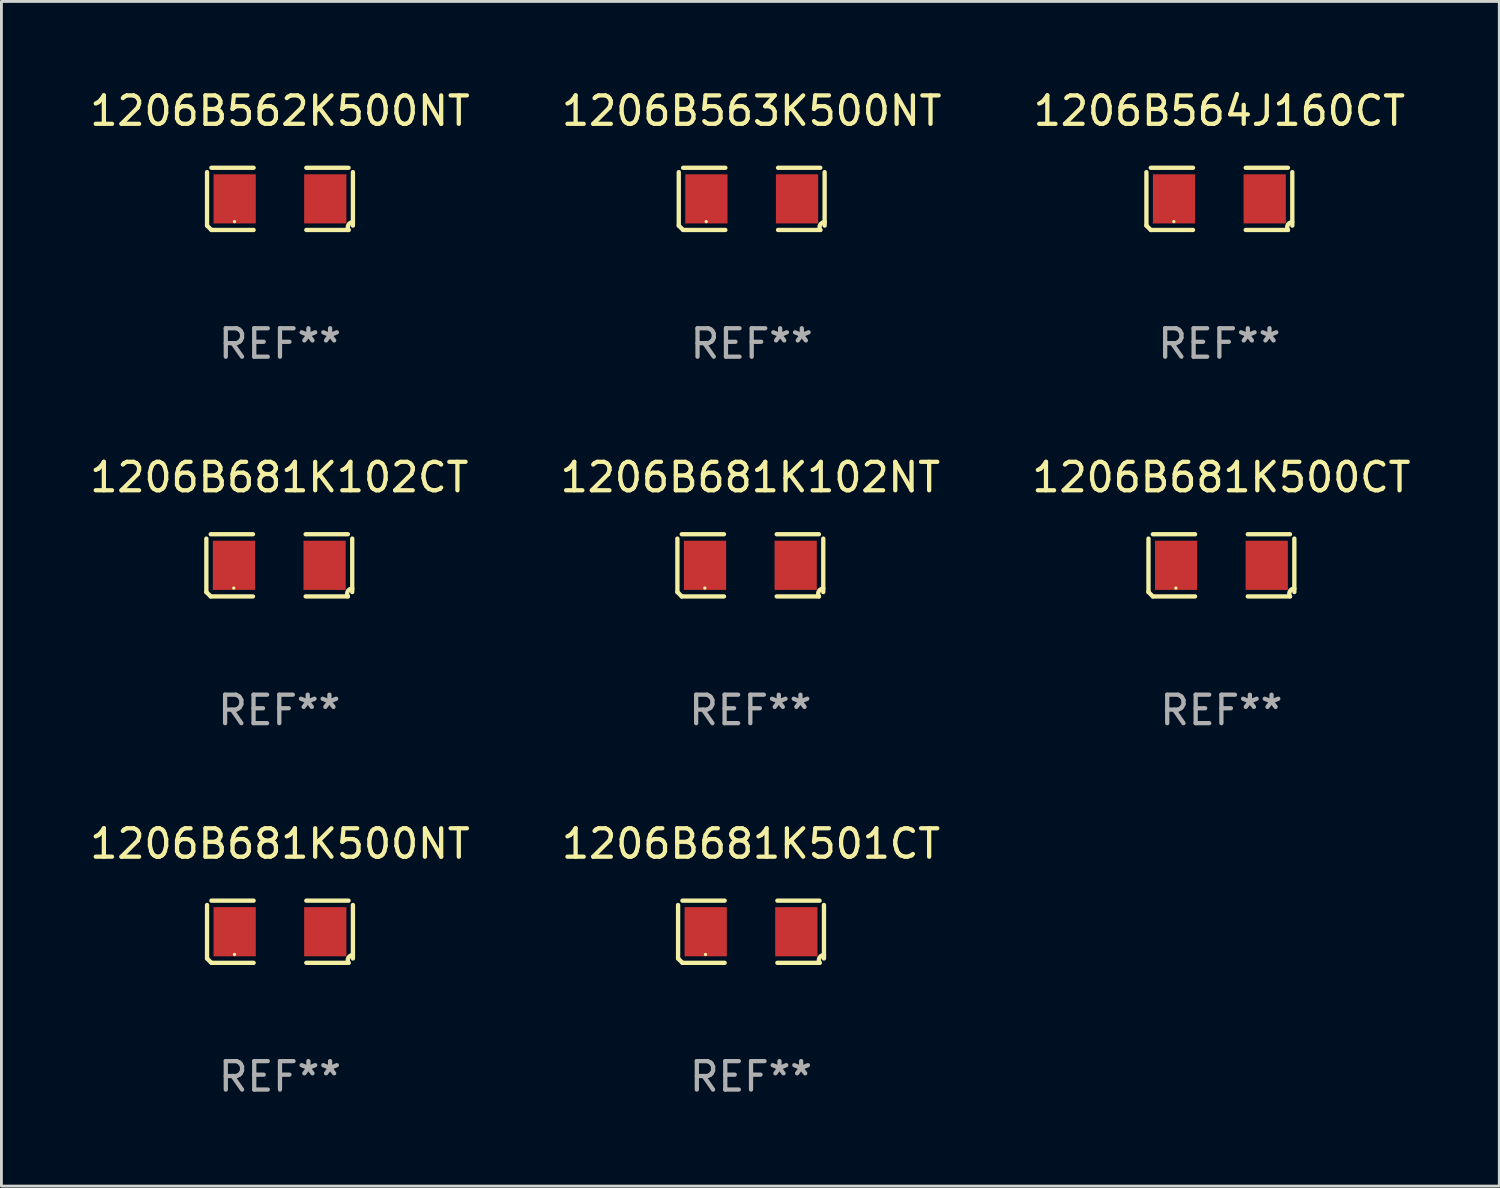
<source format=kicad_pcb>
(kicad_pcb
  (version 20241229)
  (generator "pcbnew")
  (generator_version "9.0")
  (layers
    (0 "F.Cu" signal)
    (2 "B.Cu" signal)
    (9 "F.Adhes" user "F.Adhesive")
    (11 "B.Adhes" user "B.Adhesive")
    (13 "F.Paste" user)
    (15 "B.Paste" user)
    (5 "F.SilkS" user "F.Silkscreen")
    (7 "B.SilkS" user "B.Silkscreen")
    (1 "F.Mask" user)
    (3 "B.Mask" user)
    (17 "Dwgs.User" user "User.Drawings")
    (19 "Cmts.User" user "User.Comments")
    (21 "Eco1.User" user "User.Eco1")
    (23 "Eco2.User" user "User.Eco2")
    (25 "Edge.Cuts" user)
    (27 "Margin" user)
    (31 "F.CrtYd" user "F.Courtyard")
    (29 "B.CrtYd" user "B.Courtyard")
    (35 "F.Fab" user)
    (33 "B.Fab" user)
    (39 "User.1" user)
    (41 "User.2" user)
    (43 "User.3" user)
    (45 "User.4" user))
  (footprint "1206B681K501CT"
    (layer "F.Cu")
    (at 23.351 29.704)
    (property "Reference" "1206B681K501CT" (at 0 -3.093 0) (layer "F.SilkS") (effects (font (size 1 1) (thickness 0.15))))
    (attr through_hole)
    (fp_line (start -2.564 0.94) (end -2.564 -0.94) (stroke (width 0.152) (type solid)) (layer "F.SilkS"))
    (fp_line (start -2.411 -1.093) (end -0.926 -1.093) (stroke (width 0.152) (type solid)) (layer "F.SilkS"))
    (fp_line (start -0.926 1.093) (end -2.411 1.093) (stroke (width 0.152) (type solid)) (layer "F.SilkS"))
    (fp_line (start 0.926 1.093) (end 2.411 1.093) (stroke (width 0.152) (type solid)) (layer "F.SilkS"))
    (fp_line (start 2.411 -1.093) (end 0.926 -1.093) (stroke (width 0.152) (type solid)) (layer "F.SilkS"))
    (fp_line (start 2.564 0.94) (end 2.564 -0.94) (stroke (width 0.152) (type solid)) (layer "F.SilkS"))
    (fp_arc (start -2.411201 1.092609) (mid -2.487413 1.01642) (end -2.563602 0.940208) (stroke (width 0.1524) (type solid)) (layer "F.SilkS"))
    (fp_arc (start 2.411201 1.092609) (mid 2.407159 0.911226) (end 2.563602 0.819347) (stroke (width 0.1524) (type solid)) (layer "F.SilkS"))
    (fp_circle (center -1.6 0.8) (end -1.57 0.8) (stroke (width 0.06) (type solid)) (fill no) (layer "F.SilkS"))
    (fp_text user "REF**" (at 0 5.093 0) (layer "F.Fab") (effects (font (size 1 1) (thickness 0.15))))
    (pad "1" smd rect (at -1.593 0) (size 1.485 1.728) (layers "F.Cu" "F.Mask" "F.Paste"))
    (pad "2" smd rect (at 1.593 0) (size 1.485 1.728) (layers "F.Cu" "F.Mask" "F.Paste")))
  (footprint "1206B563K500NT"
    (layer "F.Cu")
    (at 23.375 3.941)
    (property "Reference" "1206B563K500NT" (at 0 -3.093 0) (layer "F.SilkS") (effects (font (size 1 1) (thickness 0.15))))
    (attr through_hole)
    (fp_line (start -2.564 0.94) (end -2.564 -0.94) (stroke (width 0.152) (type solid)) (layer "F.SilkS"))
    (fp_line (start -2.411 -1.093) (end -0.926 -1.093) (stroke (width 0.152) (type solid)) (layer "F.SilkS"))
    (fp_line (start -0.926 1.093) (end -2.411 1.093) (stroke (width 0.152) (type solid)) (layer "F.SilkS"))
    (fp_line (start 0.926 1.093) (end 2.411 1.093) (stroke (width 0.152) (type solid)) (layer "F.SilkS"))
    (fp_line (start 2.411 -1.093) (end 0.926 -1.093) (stroke (width 0.152) (type solid)) (layer "F.SilkS"))
    (fp_line (start 2.564 0.94) (end 2.564 -0.94) (stroke (width 0.152) (type solid)) (layer "F.SilkS"))
    (fp_arc (start -2.411201 1.092609) (mid -2.487413 1.01642) (end -2.563602 0.940208) (stroke (width 0.1524) (type solid)) (layer "F.SilkS"))
    (fp_arc (start 2.411201 1.092609) (mid 2.407159 0.911226) (end 2.563602 0.819347) (stroke (width 0.1524) (type solid)) (layer "F.SilkS"))
    (fp_circle (center -1.6 0.8) (end -1.57 0.8) (stroke (width 0.06) (type solid)) (fill no) (layer "F.SilkS"))
    (fp_text user "REF**" (at 0 5.093 0) (layer "F.Fab") (effects (font (size 1 1) (thickness 0.15))))
    (pad "1" smd rect (at -1.593 0) (size 1.485 1.728) (layers "F.Cu" "F.Mask" "F.Paste"))
    (pad "2" smd rect (at 1.593 0) (size 1.485 1.728) (layers "F.Cu" "F.Mask" "F.Paste")))
  (footprint "1206B562K500NT"
    (layer "F.Cu")
    (at 6.792 3.941)
    (property "Reference" "1206B562K500NT" (at 0 -3.093 0) (layer "F.SilkS") (effects (font (size 1 1) (thickness 0.15))))
    (attr through_hole)
    (fp_line (start -2.564 0.94) (end -2.564 -0.94) (stroke (width 0.152) (type solid)) (layer "F.SilkS"))
    (fp_line (start -2.411 -1.093) (end -0.926 -1.093) (stroke (width 0.152) (type solid)) (layer "F.SilkS"))
    (fp_line (start -0.926 1.093) (end -2.411 1.093) (stroke (width 0.152) (type solid)) (layer "F.SilkS"))
    (fp_line (start 0.926 1.093) (end 2.411 1.093) (stroke (width 0.152) (type solid)) (layer "F.SilkS"))
    (fp_line (start 2.411 -1.093) (end 0.926 -1.093) (stroke (width 0.152) (type solid)) (layer "F.SilkS"))
    (fp_line (start 2.564 0.94) (end 2.564 -0.94) (stroke (width 0.152) (type solid)) (layer "F.SilkS"))
    (fp_arc (start -2.411201 1.092609) (mid -2.487413 1.01642) (end -2.563602 0.940208) (stroke (width 0.1524) (type solid)) (layer "F.SilkS"))
    (fp_arc (start 2.411201 1.092609) (mid 2.407159 0.911226) (end 2.563602 0.819347) (stroke (width 0.1524) (type solid)) (layer "F.SilkS"))
    (fp_circle (center -1.6 0.8) (end -1.57 0.8) (stroke (width 0.06) (type solid)) (fill no) (layer "F.SilkS"))
    (fp_text user "REF**" (at 0 5.093 0) (layer "F.Fab") (effects (font (size 1 1) (thickness 0.15))))
    (pad "1" smd rect (at -1.593 0) (size 1.485 1.728) (layers "F.Cu" "F.Mask" "F.Paste"))
    (pad "2" smd rect (at 1.593 0) (size 1.485 1.728) (layers "F.Cu" "F.Mask" "F.Paste")))
  (footprint "1206B681K500CT"
    (layer "F.Cu")
    (at 39.887 16.823)
    (property "Reference" "1206B681K500CT" (at 0 -3.093 0) (layer "F.SilkS") (effects (font (size 1 1) (thickness 0.15))))
    (attr through_hole)
    (fp_line (start -2.564 0.94) (end -2.564 -0.94) (stroke (width 0.152) (type solid)) (layer "F.SilkS"))
    (fp_line (start -2.411 -1.093) (end -0.926 -1.093) (stroke (width 0.152) (type solid)) (layer "F.SilkS"))
    (fp_line (start -0.926 1.093) (end -2.411 1.093) (stroke (width 0.152) (type solid)) (layer "F.SilkS"))
    (fp_line (start 0.926 1.093) (end 2.411 1.093) (stroke (width 0.152) (type solid)) (layer "F.SilkS"))
    (fp_line (start 2.411 -1.093) (end 0.926 -1.093) (stroke (width 0.152) (type solid)) (layer "F.SilkS"))
    (fp_line (start 2.564 0.94) (end 2.564 -0.94) (stroke (width 0.152) (type solid)) (layer "F.SilkS"))
    (fp_arc (start -2.411201 1.092609) (mid -2.487413 1.01642) (end -2.563602 0.940208) (stroke (width 0.1524) (type solid)) (layer "F.SilkS"))
    (fp_arc (start 2.411201 1.092609) (mid 2.407159 0.911226) (end 2.563602 0.819347) (stroke (width 0.1524) (type solid)) (layer "F.SilkS"))
    (fp_circle (center -1.6 0.8) (end -1.57 0.8) (stroke (width 0.06) (type solid)) (fill no) (layer "F.SilkS"))
    (fp_text user "REF**" (at 0 5.093 0) (layer "F.Fab") (effects (font (size 1 1) (thickness 0.15))))
    (pad "1" smd rect (at -1.593 0) (size 1.485 1.728) (layers "F.Cu" "F.Mask" "F.Paste"))
    (pad "2" smd rect (at 1.593 0) (size 1.485 1.728) (layers "F.Cu" "F.Mask" "F.Paste")))
  (footprint "1206B564J160CT"
    (layer "F.Cu")
    (at 39.815 3.941)
    (property "Reference" "1206B564J160CT" (at 0 -3.093 0) (layer "F.SilkS") (effects (font (size 1 1) (thickness 0.15))))
    (attr through_hole)
    (fp_line (start -2.564 0.94) (end -2.564 -0.94) (stroke (width 0.152) (type solid)) (layer "F.SilkS"))
    (fp_line (start -2.411 -1.093) (end -0.926 -1.093) (stroke (width 0.152) (type solid)) (layer "F.SilkS"))
    (fp_line (start -0.926 1.093) (end -2.411 1.093) (stroke (width 0.152) (type solid)) (layer "F.SilkS"))
    (fp_line (start 0.926 1.093) (end 2.411 1.093) (stroke (width 0.152) (type solid)) (layer "F.SilkS"))
    (fp_line (start 2.411 -1.093) (end 0.926 -1.093) (stroke (width 0.152) (type solid)) (layer "F.SilkS"))
    (fp_line (start 2.564 0.94) (end 2.564 -0.94) (stroke (width 0.152) (type solid)) (layer "F.SilkS"))
    (fp_arc (start -2.411201 1.092609) (mid -2.487413 1.01642) (end -2.563602 0.940208) (stroke (width 0.1524) (type solid)) (layer "F.SilkS"))
    (fp_arc (start 2.411201 1.092609) (mid 2.407159 0.911226) (end 2.563602 0.819347) (stroke (width 0.1524) (type solid)) (layer "F.SilkS"))
    (fp_circle (center -1.6 0.8) (end -1.57 0.8) (stroke (width 0.06) (type solid)) (fill no) (layer "F.SilkS"))
    (fp_text user "REF**" (at 0 5.093 0) (layer "F.Fab") (effects (font (size 1 1) (thickness 0.15))))
    (pad "1" smd rect (at -1.593 0) (size 1.485 1.728) (layers "F.Cu" "F.Mask" "F.Paste"))
    (pad "2" smd rect (at 1.593 0) (size 1.485 1.728) (layers "F.Cu" "F.Mask" "F.Paste")))
  (footprint "1206B681K102NT"
    (layer "F.Cu")
    (at 23.327 16.823)
    (property "Reference" "1206B681K102NT" (at 0 -3.093 0) (layer "F.SilkS") (effects (font (size 1 1) (thickness 0.15))))
    (attr through_hole)
    (fp_line (start -2.564 0.94) (end -2.564 -0.94) (stroke (width 0.152) (type solid)) (layer "F.SilkS"))
    (fp_line (start -2.411 -1.093) (end -0.926 -1.093) (stroke (width 0.152) (type solid)) (layer "F.SilkS"))
    (fp_line (start -0.926 1.093) (end -2.411 1.093) (stroke (width 0.152) (type solid)) (layer "F.SilkS"))
    (fp_line (start 0.926 1.093) (end 2.411 1.093) (stroke (width 0.152) (type solid)) (layer "F.SilkS"))
    (fp_line (start 2.411 -1.093) (end 0.926 -1.093) (stroke (width 0.152) (type solid)) (layer "F.SilkS"))
    (fp_line (start 2.564 0.94) (end 2.564 -0.94) (stroke (width 0.152) (type solid)) (layer "F.SilkS"))
    (fp_arc (start -2.411201 1.092609) (mid -2.487413 1.01642) (end -2.563602 0.940208) (stroke (width 0.1524) (type solid)) (layer "F.SilkS"))
    (fp_arc (start 2.411201 1.092609) (mid 2.407159 0.911226) (end 2.563602 0.819347) (stroke (width 0.1524) (type solid)) (layer "F.SilkS"))
    (fp_circle (center -1.6 0.8) (end -1.57 0.8) (stroke (width 0.06) (type solid)) (fill no) (layer "F.SilkS"))
    (fp_text user "REF**" (at 0 5.093 0) (layer "F.Fab") (effects (font (size 1 1) (thickness 0.15))))
    (pad "1" smd rect (at -1.593 0) (size 1.485 1.728) (layers "F.Cu" "F.Mask" "F.Paste"))
    (pad "2" smd rect (at 1.593 0) (size 1.485 1.728) (layers "F.Cu" "F.Mask" "F.Paste")))
  (footprint "1206B681K102CT"
    (layer "F.Cu")
    (at 6.768 16.823)
    (property "Reference" "1206B681K102CT" (at 0 -3.093 0) (layer "F.SilkS") (effects (font (size 1 1) (thickness 0.15))))
    (attr through_hole)
    (fp_line (start -2.564 0.94) (end -2.564 -0.94) (stroke (width 0.152) (type solid)) (layer "F.SilkS"))
    (fp_line (start -2.411 -1.093) (end -0.926 -1.093) (stroke (width 0.152) (type solid)) (layer "F.SilkS"))
    (fp_line (start -0.926 1.093) (end -2.411 1.093) (stroke (width 0.152) (type solid)) (layer "F.SilkS"))
    (fp_line (start 0.926 1.093) (end 2.411 1.093) (stroke (width 0.152) (type solid)) (layer "F.SilkS"))
    (fp_line (start 2.411 -1.093) (end 0.926 -1.093) (stroke (width 0.152) (type solid)) (layer "F.SilkS"))
    (fp_line (start 2.564 0.94) (end 2.564 -0.94) (stroke (width 0.152) (type solid)) (layer "F.SilkS"))
    (fp_arc (start -2.411201 1.092609) (mid -2.487413 1.01642) (end -2.563602 0.940208) (stroke (width 0.1524) (type solid)) (layer "F.SilkS"))
    (fp_arc (start 2.411201 1.092609) (mid 2.407159 0.911226) (end 2.563602 0.819347) (stroke (width 0.1524) (type solid)) (layer "F.SilkS"))
    (fp_circle (center -1.6 0.8) (end -1.57 0.8) (stroke (width 0.06) (type solid)) (fill no) (layer "F.SilkS"))
    (fp_text user "REF**" (at 0 5.093 0) (layer "F.Fab") (effects (font (size 1 1) (thickness 0.15))))
    (pad "1" smd rect (at -1.593 0) (size 1.485 1.728) (layers "F.Cu" "F.Mask" "F.Paste"))
    (pad "2" smd rect (at 1.593 0) (size 1.485 1.728) (layers "F.Cu" "F.Mask" "F.Paste")))
  (footprint "1206B681K500NT"
    (layer "F.Cu")
    (at 6.792 29.704)
    (property "Reference" "1206B681K500NT" (at 0 -3.093 0) (layer "F.SilkS") (effects (font (size 1 1) (thickness 0.15))))
    (attr through_hole)
    (fp_line (start -2.564 0.94) (end -2.564 -0.94) (stroke (width 0.152) (type solid)) (layer "F.SilkS"))
    (fp_line (start -2.411 -1.093) (end -0.926 -1.093) (stroke (width 0.152) (type solid)) (layer "F.SilkS"))
    (fp_line (start -0.926 1.093) (end -2.411 1.093) (stroke (width 0.152) (type solid)) (layer "F.SilkS"))
    (fp_line (start 0.926 1.093) (end 2.411 1.093) (stroke (width 0.152) (type solid)) (layer "F.SilkS"))
    (fp_line (start 2.411 -1.093) (end 0.926 -1.093) (stroke (width 0.152) (type solid)) (layer "F.SilkS"))
    (fp_line (start 2.564 0.94) (end 2.564 -0.94) (stroke (width 0.152) (type solid)) (layer "F.SilkS"))
    (fp_arc (start -2.411201 1.092609) (mid -2.487413 1.01642) (end -2.563602 0.940208) (stroke (width 0.1524) (type solid)) (layer "F.SilkS"))
    (fp_arc (start 2.411201 1.092609) (mid 2.407159 0.911226) (end 2.563602 0.819347) (stroke (width 0.1524) (type solid)) (layer "F.SilkS"))
    (fp_circle (center -1.6 0.8) (end -1.57 0.8) (stroke (width 0.06) (type solid)) (fill no) (layer "F.SilkS"))
    (fp_text user "REF**" (at 0 5.093 0) (layer "F.Fab") (effects (font (size 1 1) (thickness 0.15))))
    (pad "1" smd rect (at -1.593 0) (size 1.485 1.728) (layers "F.Cu" "F.Mask" "F.Paste"))
    (pad "2" smd rect (at 1.593 0) (size 1.485 1.728) (layers "F.Cu" "F.Mask" "F.Paste")))
  (gr_rect
    (start -3 -3)
    (end 49.655 38.645)
    (stroke (width 0.1) (type default))
    (fill no)
    (layer "Edge.Cuts")))
</source>
